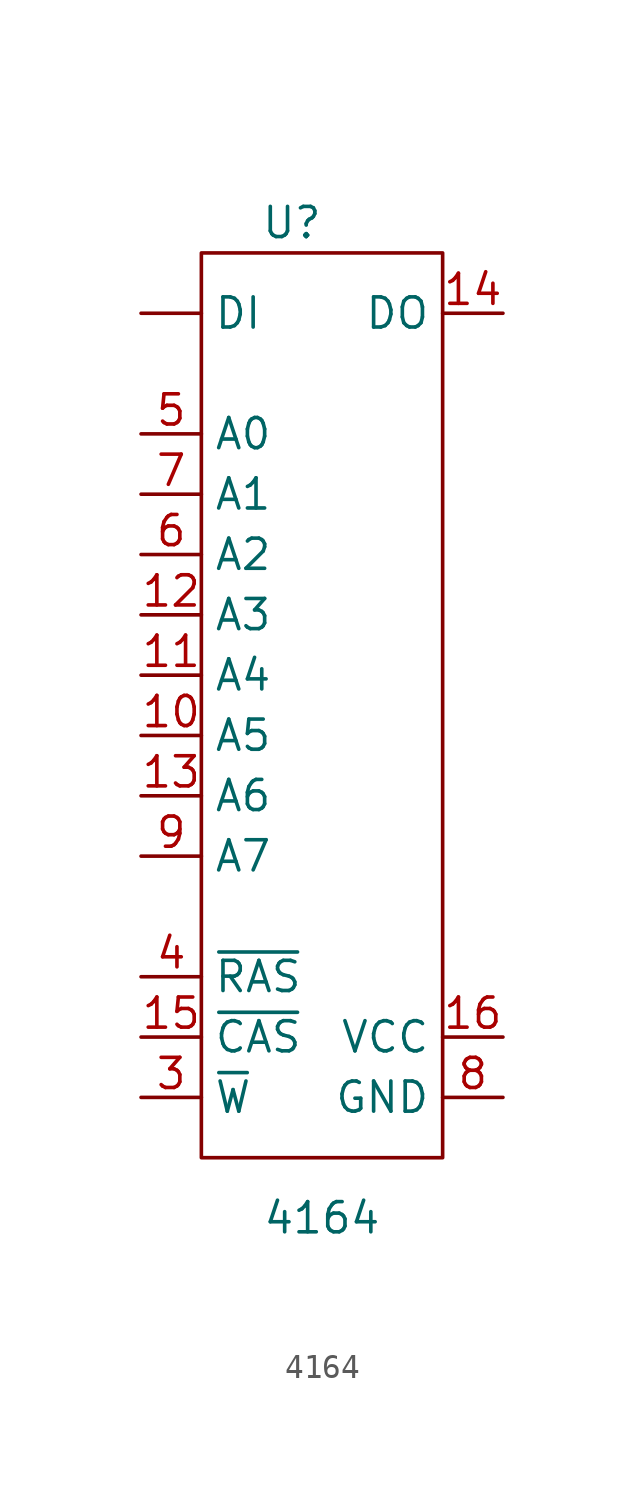
<source format=kicad_sym>
(kicad_symbol_lib
  (version 20211014)
  (generator kicad_symbol_editor)
  (symbol "4164"
    (property "Reference" "U"
      (at 3.81 1.27 0)
      (effects (font (size 1.27 1.27))))
    (property "Value" "4164"
      (at 5.08 -40.64 0)
      (effects (font (size 1.27 1.27))))
    (symbol "4164_0_1"
      (rectangle (start 0 0) (end 10.16 -38.1) (stroke (width 0) (type default) (color 0 0 0 0)) (fill (type none))))
    (symbol "4164_1_1"
      (pin input line (at -2.54 -2.54 0) (length 2.54) (name "DI" (effects (font (size 1.27 1.27)))) (number "" (effects (font (size 1.27 1.27)))))
      (pin input line (at -2.54 -20.32 0) (length 2.54) (name "A5" (effects (font (size 1.27 1.27)))) (number "10" (effects (font (size 1.27 1.27)))))
      (pin input line (at -2.54 -17.78 0) (length 2.54) (name "A4" (effects (font (size 1.27 1.27)))) (number "11" (effects (font (size 1.27 1.27)))))
      (pin input line (at -2.54 -15.24 0) (length 2.54) (name "A3" (effects (font (size 1.27 1.27)))) (number "12" (effects (font (size 1.27 1.27)))))
      (pin input line (at -2.54 -22.86 0) (length 2.54) (name "A6" (effects (font (size 1.27 1.27)))) (number "13" (effects (font (size 1.27 1.27)))))
      (pin output line (at 12.7 -2.54 180) (length 2.54) (name "DO" (effects (font (size 1.27 1.27)))) (number "14" (effects (font (size 1.27 1.27)))))
      (pin input line (at -2.54 -33.02 0) (length 2.54) (name "~{CAS}" (effects (font (size 1.27 1.27)))) (number "15" (effects (font (size 1.27 1.27)))))
      (pin power_in line (at 12.7 -33.02 180) (length 2.54) (name "VCC" (effects (font (size 1.27 1.27)))) (number "16" (effects (font (size 1.27 1.27)))))
      (pin input line (at -2.54 -35.56 0) (length 2.54) (name "~{W}" (effects (font (size 1.27 1.27)))) (number "3" (effects (font (size 1.27 1.27)))))
      (pin input line (at -2.54 -30.48 0) (length 2.54) (name "~{RAS}" (effects (font (size 1.27 1.27)))) (number "4" (effects (font (size 1.27 1.27)))))
      (pin input line (at -2.54 -7.62 0) (length 2.54) (name "A0" (effects (font (size 1.27 1.27)))) (number "5" (effects (font (size 1.27 1.27)))))
      (pin input line (at -2.54 -12.7 0) (length 2.54) (name "A2" (effects (font (size 1.27 1.27)))) (number "6" (effects (font (size 1.27 1.27)))))
      (pin input line (at -2.54 -10.16 0) (length 2.54) (name "A1" (effects (font (size 1.27 1.27)))) (number "7" (effects (font (size 1.27 1.27)))))
      (pin power_in line (at 12.7 -35.56 180) (length 2.54) (name "GND" (effects (font (size 1.27 1.27)))) (number "8" (effects (font (size 1.27 1.27)))))
      (pin input line (at -2.54 -25.4 0) (length 2.54) (name "A7" (effects (font (size 1.27 1.27)))) (number "9" (effects (font (size 1.27 1.27))))))))
</source>
